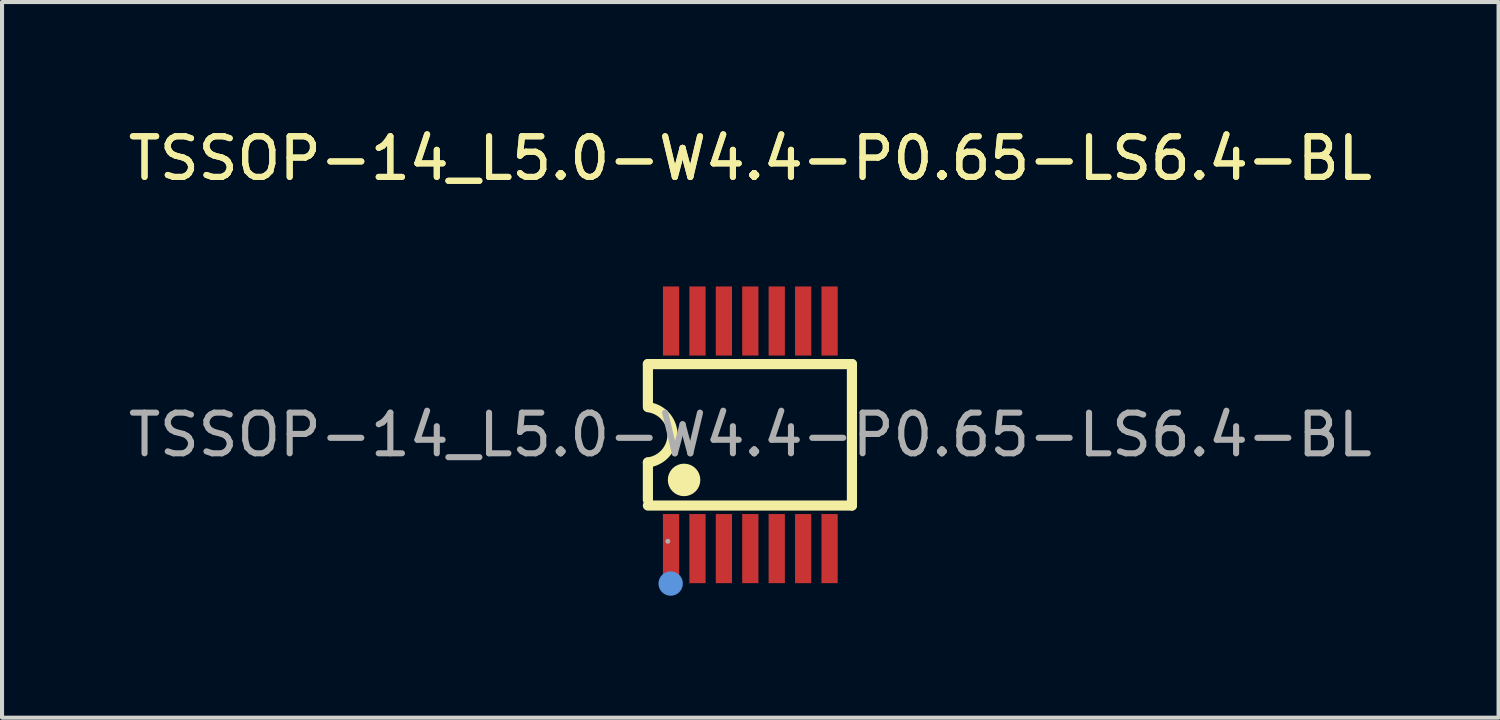
<source format=kicad_pcb>
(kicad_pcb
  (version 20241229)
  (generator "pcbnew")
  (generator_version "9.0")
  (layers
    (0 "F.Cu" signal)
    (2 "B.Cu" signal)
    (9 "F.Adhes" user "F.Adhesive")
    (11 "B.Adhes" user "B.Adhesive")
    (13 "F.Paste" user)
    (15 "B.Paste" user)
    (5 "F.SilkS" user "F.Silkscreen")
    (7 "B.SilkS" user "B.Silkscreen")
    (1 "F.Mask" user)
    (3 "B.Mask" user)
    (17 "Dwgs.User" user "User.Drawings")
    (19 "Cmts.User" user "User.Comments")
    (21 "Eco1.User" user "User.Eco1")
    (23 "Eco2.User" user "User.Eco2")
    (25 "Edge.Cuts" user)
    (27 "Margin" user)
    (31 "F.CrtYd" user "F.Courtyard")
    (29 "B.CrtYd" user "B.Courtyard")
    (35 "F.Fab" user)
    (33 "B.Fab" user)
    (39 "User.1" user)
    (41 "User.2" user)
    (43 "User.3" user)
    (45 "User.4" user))
  (footprint "TSSOP-14_L5.0-W4.4-P0.65-LS6.4-BL"
    (layer "F.Cu")
    (at 15.411 7.648)
    (property "Reference" "TSSOP-14_L5.0-W4.4-P0.65-LS6.4-BL" (at 0 -6.8 0) (layer "F.SilkS") (effects (font (size 1 1) (thickness 0.15))))
    (attr smd)
    (fp_line (start -2.52 -1.74) (end 2.5 -1.74) (stroke (width 0.25) (type solid)) (layer "F.SilkS"))
    (fp_line (start -2.52 -0.69) (end -2.52 -1.74) (stroke (width 0.25) (type solid)) (layer "F.SilkS"))
    (fp_line (start -2.52 1.6) (end -2.52 0.68) (stroke (width 0.25) (type solid)) (layer "F.SilkS"))
    (fp_line (start -2.52 1.74) (end 2.5 1.74) (stroke (width 0.25) (type solid)) (layer "F.SilkS"))
    (fp_line (start 2.5 -1.74) (end 2.5 1.74) (stroke (width 0.25) (type solid)) (layer "F.SilkS"))
    (fp_arc (start -2.515488 -0.679454) (mid -1.915314 0.002272) (end -2.52 0.68) (stroke (width 0.25) (type solid)) (layer "F.SilkS"))
    (fp_circle (center -1.63 1.11) (end -1.43 1.11) (stroke (width 0.4) (type solid)) (fill no) (layer "F.SilkS"))
    (fp_circle (center -1.96 3.66) (end -1.81 3.66) (stroke (width 0.3) (type solid)) (fill no) (layer "Cmts.User"))
    (fp_circle (center -2.03 2.62) (end -2 2.62) (stroke (width 0.06) (type solid)) (fill no) (layer "F.Fab"))
    (fp_text user "${REFERENCE}" (at 0 -6.8 0) (layer "F.SilkS") (effects (font (size 1 1) (thickness 0.15))))
    (fp_text user "${REFERENCE}" (at 0 0 0) (layer "F.Fab") (effects (font (size 1 1) (thickness 0.15))))
    (pad "1" smd rect (at -1.95 2.8) (size 0.4 1.7) (layers "F.Cu" "F.Mask" "F.Paste"))
    (pad "2" smd rect (at -1.3 2.8) (size 0.4 1.7) (layers "F.Cu" "F.Mask" "F.Paste"))
    (pad "3" smd rect (at -0.65 2.8) (size 0.4 1.7) (layers "F.Cu" "F.Mask" "F.Paste"))
    (pad "4" smd rect (at 0 2.8) (size 0.4 1.7) (layers "F.Cu" "F.Mask" "F.Paste"))
    (pad "5" smd rect (at 0.65 2.8) (size 0.4 1.7) (layers "F.Cu" "F.Mask" "F.Paste"))
    (pad "6" smd rect (at 1.3 2.8) (size 0.4 1.7) (layers "F.Cu" "F.Mask" "F.Paste"))
    (pad "7" smd rect (at 1.95 2.8) (size 0.4 1.7) (layers "F.Cu" "F.Mask" "F.Paste"))
    (pad "8" smd rect (at 1.95 -2.8) (size 0.4 1.7) (layers "F.Cu" "F.Mask" "F.Paste"))
    (pad "9" smd rect (at 1.3 -2.8) (size 0.4 1.7) (layers "F.Cu" "F.Mask" "F.Paste"))
    (pad "10" smd rect (at 0.65 -2.8) (size 0.4 1.7) (layers "F.Cu" "F.Mask" "F.Paste"))
    (pad "11" smd rect (at 0 -2.8) (size 0.4 1.7) (layers "F.Cu" "F.Mask" "F.Paste"))
    (pad "12" smd rect (at -0.65 -2.8) (size 0.4 1.7) (layers "F.Cu" "F.Mask" "F.Paste"))
    (pad "13" smd rect (at -1.3 -2.8) (size 0.4 1.7) (layers "F.Cu" "F.Mask" "F.Paste"))
    (pad "14" smd rect (at -1.95 -2.8) (size 0.4 1.7) (layers "F.Cu" "F.Mask" "F.Paste")))
  (gr_rect
    (start -3 -3)
    (end 33.821 14.608)
    (stroke (width 0.1) (type default))
    (fill no)
    (layer "Edge.Cuts")))
</source>
